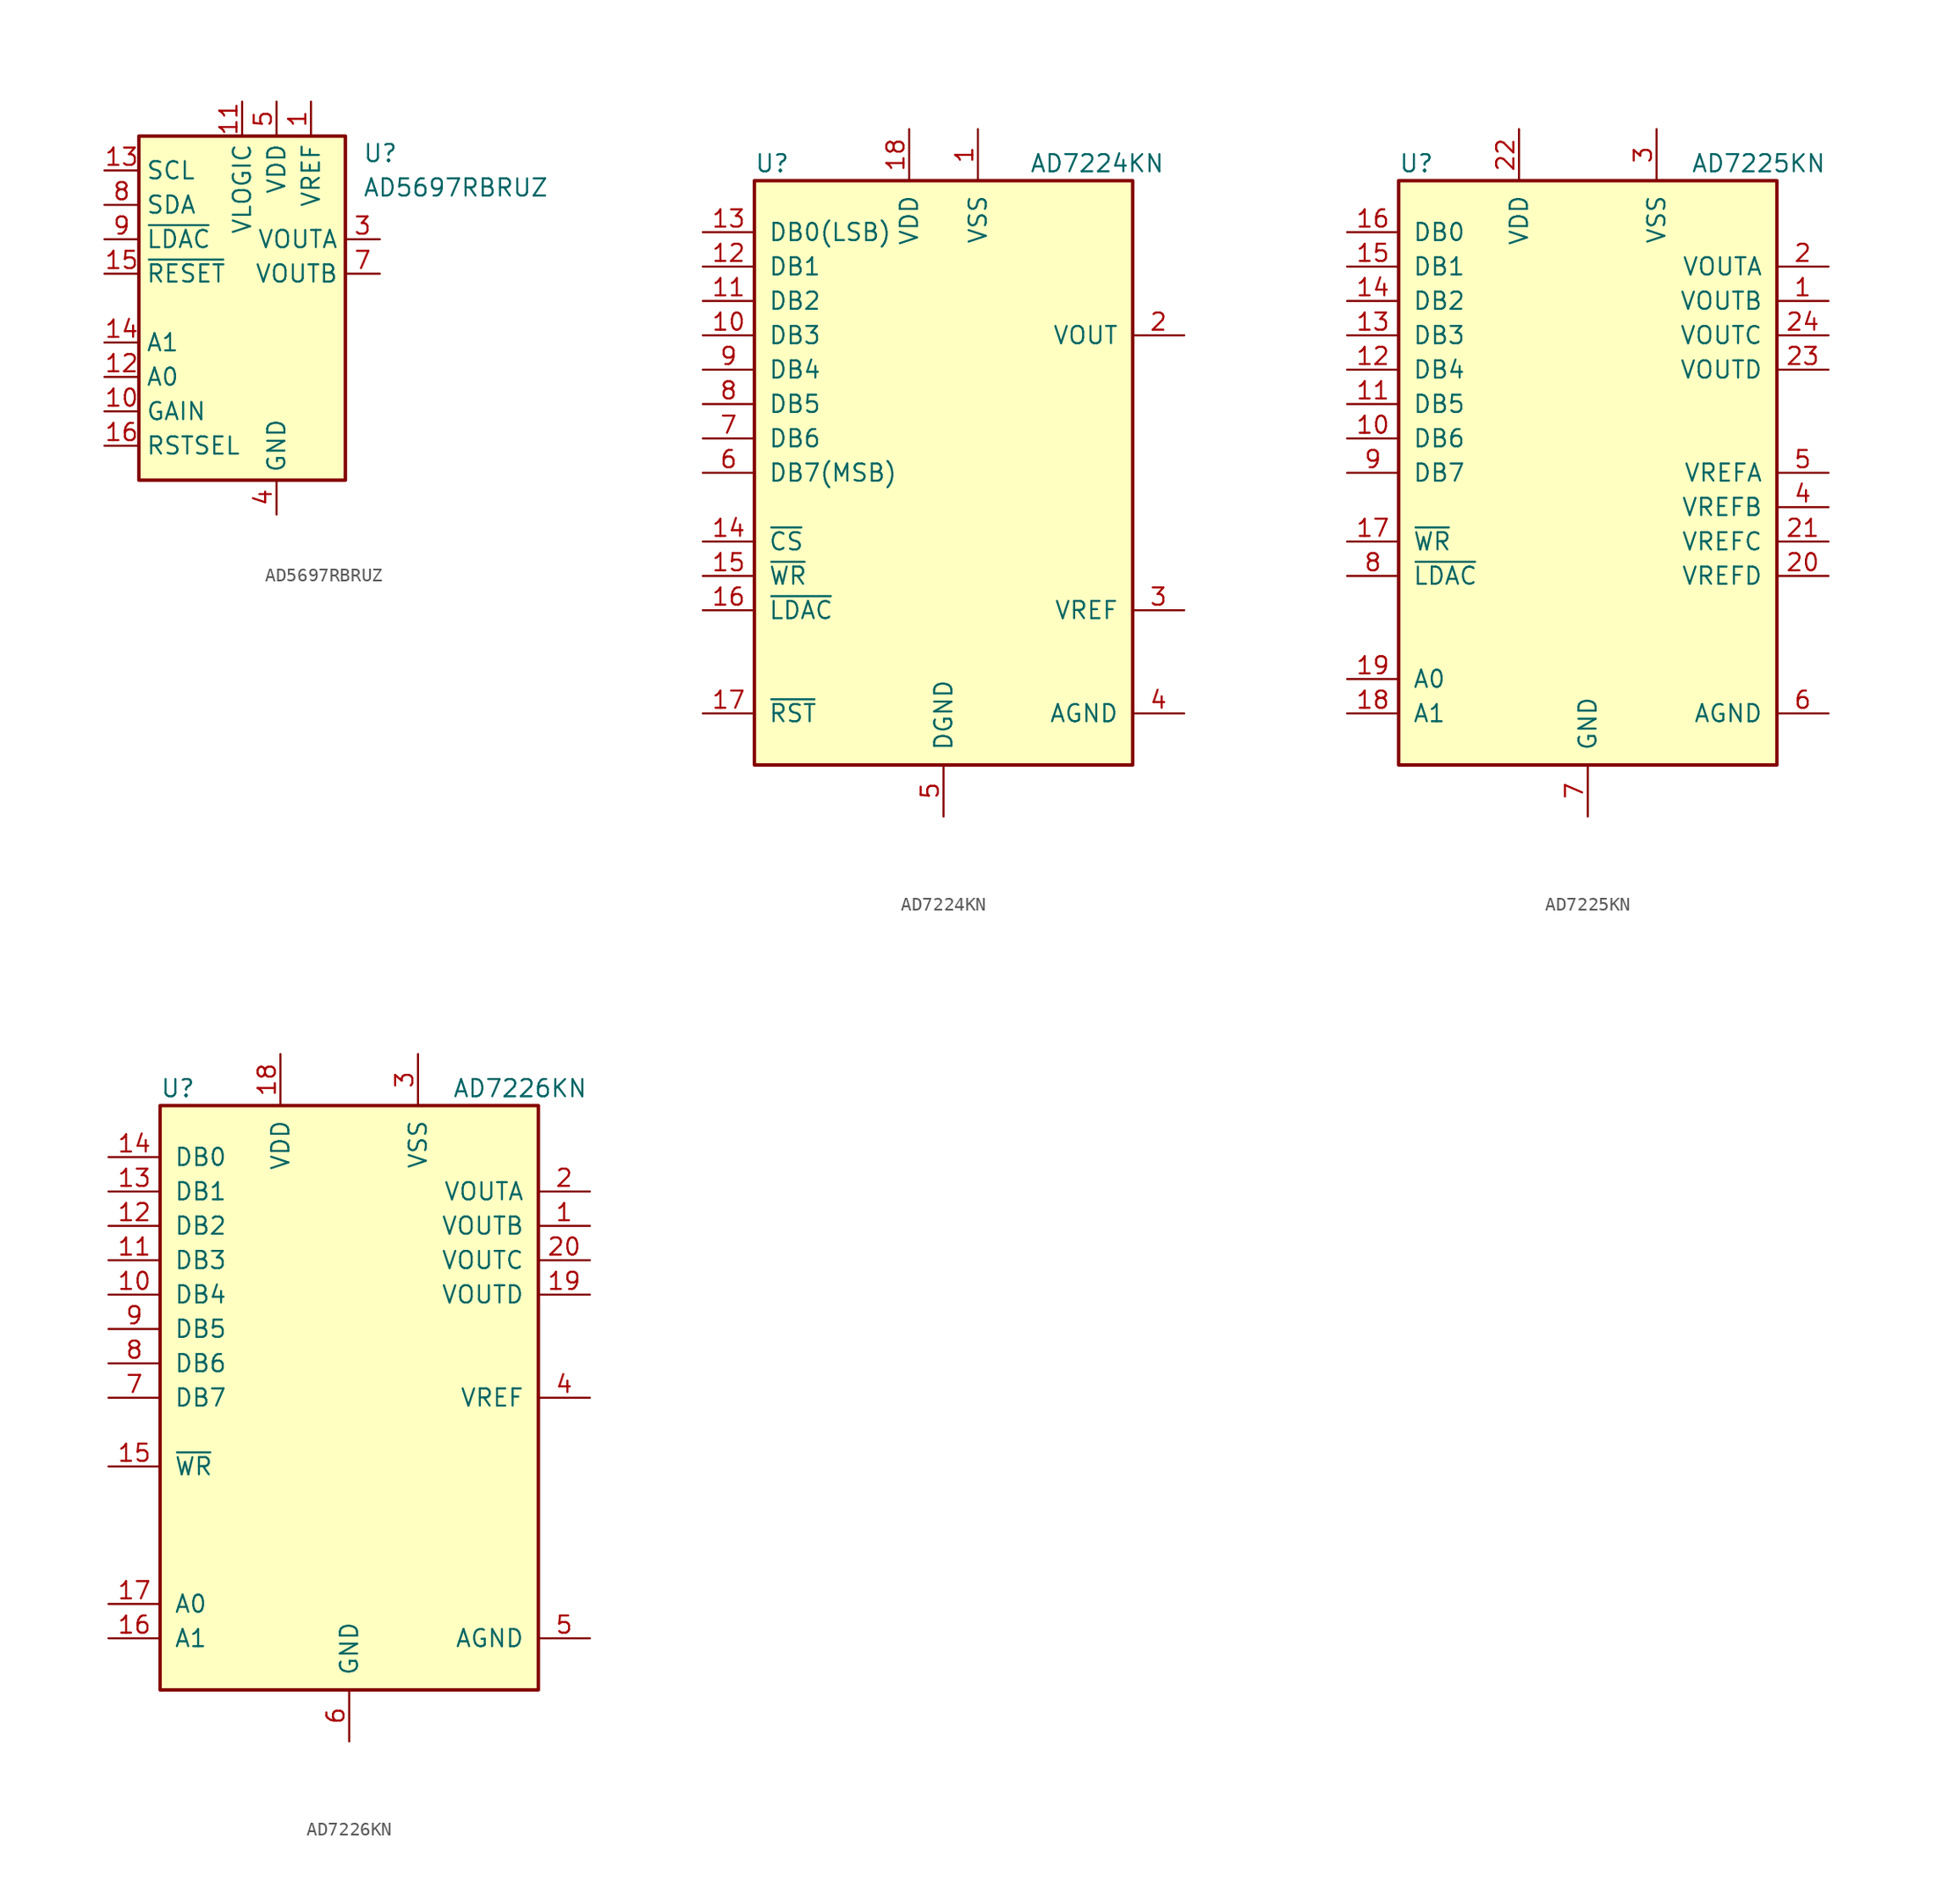
<source format=kicad_sym>
(kicad_symbol_lib
  (version 20200908)
  (generator kicad_symbol_editor)
  (symbol "Analog_DAC:AD5697RBRUZ"
    (property "Reference" "U"
      (at 8.89 11.43 0)
      (effects (font (size 1.27 1.27)) (justify left)))
    (property "Value" "AD5697RBRUZ"
      (at 8.89 8.89 0)
      (effects (font (size 1.27 1.27)) (justify left)))
    (symbol "AD5697RBRUZ_0_1"
      (rectangle (start -7.62 12.7) (end 7.62 -12.7) (stroke (width 0.254)) (fill (type background))))
    (symbol "AD5697RBRUZ_1_1"
      (pin power_in line (at 5.08 15.24 270) (length 2.54) (name "VREF" (effects (font (size 1.27 1.27)))) (number "1" (effects (font (size 1.27 1.27)))))
      (pin input line (at -10.16 -7.62 0) (length 2.54) (name "GAIN" (effects (font (size 1.27 1.27)))) (number "10" (effects (font (size 1.27 1.27)))))
      (pin power_in line (at 0 15.24 270) (length 2.54) (name "VLOGIC" (effects (font (size 1.27 1.27)))) (number "11" (effects (font (size 1.27 1.27)))))
      (pin input line (at -10.16 -5.08 0) (length 2.54) (name "A0" (effects (font (size 1.27 1.27)))) (number "12" (effects (font (size 1.27 1.27)))))
      (pin input line (at -10.16 10.16 0) (length 2.54) (name "SCL" (effects (font (size 1.27 1.27)))) (number "13" (effects (font (size 1.27 1.27)))))
      (pin input line (at -10.16 -2.54 0) (length 2.54) (name "A1" (effects (font (size 1.27 1.27)))) (number "14" (effects (font (size 1.27 1.27)))))
      (pin input line (at -10.16 2.54 0) (length 2.54) (name "~RESET" (effects (font (size 1.27 1.27)))) (number "15" (effects (font (size 1.27 1.27)))))
      (pin input line (at -10.16 -10.16 0) (length 2.54) (name "RSTSEL" (effects (font (size 1.27 1.27)))) (number "16" (effects (font (size 1.27 1.27)))))
      (pin unconnected line (at 7.62 -5.08 180) (length 2.54) hide (name "NC" (effects (font (size 1.27 1.27)))) (number "2" (effects (font (size 1.27 1.27)))))
      (pin output line (at 10.16 5.08 180) (length 2.54) (name "VOUTA" (effects (font (size 1.27 1.27)))) (number "3" (effects (font (size 1.27 1.27)))))
      (pin power_in line (at 2.54 -15.24 90) (length 2.54) (name "GND" (effects (font (size 1.27 1.27)))) (number "4" (effects (font (size 1.27 1.27)))))
      (pin power_in line (at 2.54 15.24 270) (length 2.54) (name "VDD" (effects (font (size 1.27 1.27)))) (number "5" (effects (font (size 1.27 1.27)))))
      (pin unconnected line (at 7.62 -7.62 180) (length 2.54) hide (name "NC" (effects (font (size 1.27 1.27)))) (number "6" (effects (font (size 1.27 1.27)))))
      (pin output line (at 10.16 2.54 180) (length 2.54) (name "VOUTB" (effects (font (size 1.27 1.27)))) (number "7" (effects (font (size 1.27 1.27)))))
      (pin bidirectional line (at -10.16 7.62 0) (length 2.54) (name "SDA" (effects (font (size 1.27 1.27)))) (number "8" (effects (font (size 1.27 1.27)))))
      (pin input line (at -10.16 5.08 0) (length 2.54) (name "~LDAC" (effects (font (size 1.27 1.27)))) (number "9" (effects (font (size 1.27 1.27)))))))
  (symbol "Analog_DAC:AD7224KN"
    (pin_names
      (offset 1.016))
    (property "Reference" "U"
      (at -13.97 22.86 0)
      (effects (font (size 1.27 1.27)) (justify left)))
    (property "Value" "AD7224KN"
      (at 6.35 22.86 0)
      (effects (font (size 1.27 1.27)) (justify left)))
    (symbol "AD7224KN_1_1"
      (rectangle (start -13.97 -21.59) (end 13.97 21.59) (stroke (width 0.254)) (fill (type background)))
      (pin power_in line (at 2.54 25.4 270) (length 3.81) (name "VSS" (effects (font (size 1.27 1.27)))) (number "1" (effects (font (size 1.27 1.27)))))
      (pin input line (at -17.78 10.16 0) (length 3.81) (name "DB3" (effects (font (size 1.27 1.27)))) (number "10" (effects (font (size 1.27 1.27)))))
      (pin input line (at -17.78 12.7 0) (length 3.81) (name "DB2" (effects (font (size 1.27 1.27)))) (number "11" (effects (font (size 1.27 1.27)))))
      (pin input line (at -17.78 15.24 0) (length 3.81) (name "DB1" (effects (font (size 1.27 1.27)))) (number "12" (effects (font (size 1.27 1.27)))))
      (pin input line (at -17.78 17.78 0) (length 3.81) (name "DB0(LSB)" (effects (font (size 1.27 1.27)))) (number "13" (effects (font (size 1.27 1.27)))))
      (pin input line (at -17.78 -5.08 0) (length 3.81) (name "~CS" (effects (font (size 1.27 1.27)))) (number "14" (effects (font (size 1.27 1.27)))))
      (pin input line (at -17.78 -7.62 0) (length 3.81) (name "~WR" (effects (font (size 1.27 1.27)))) (number "15" (effects (font (size 1.27 1.27)))))
      (pin input line (at -17.78 -10.16 0) (length 3.81) (name "~LDAC" (effects (font (size 1.27 1.27)))) (number "16" (effects (font (size 1.27 1.27)))))
      (pin input line (at -17.78 -17.78 0) (length 3.81) (name "~RST" (effects (font (size 1.27 1.27)))) (number "17" (effects (font (size 1.27 1.27)))))
      (pin power_in line (at -2.54 25.4 270) (length 3.81) (name "VDD" (effects (font (size 1.27 1.27)))) (number "18" (effects (font (size 1.27 1.27)))))
      (pin output line (at 17.78 10.16 180) (length 3.81) (name "VOUT" (effects (font (size 1.27 1.27)))) (number "2" (effects (font (size 1.27 1.27)))))
      (pin passive line (at 17.78 -10.16 180) (length 3.81) (name "VREF" (effects (font (size 1.27 1.27)))) (number "3" (effects (font (size 1.27 1.27)))))
      (pin passive line (at 17.78 -17.78 180) (length 3.81) (name "AGND" (effects (font (size 1.27 1.27)))) (number "4" (effects (font (size 1.27 1.27)))))
      (pin power_in line (at 0 -25.4 90) (length 3.81) (name "DGND" (effects (font (size 1.27 1.27)))) (number "5" (effects (font (size 1.27 1.27)))))
      (pin input line (at -17.78 0 0) (length 3.81) (name "DB7(MSB)" (effects (font (size 1.27 1.27)))) (number "6" (effects (font (size 1.27 1.27)))))
      (pin input line (at -17.78 2.54 0) (length 3.81) (name "DB6" (effects (font (size 1.27 1.27)))) (number "7" (effects (font (size 1.27 1.27)))))
      (pin input line (at -17.78 5.08 0) (length 3.81) (name "DB5" (effects (font (size 1.27 1.27)))) (number "8" (effects (font (size 1.27 1.27)))))
      (pin input line (at -17.78 7.62 0) (length 3.81) (name "DB4" (effects (font (size 1.27 1.27)))) (number "9" (effects (font (size 1.27 1.27)))))))
  (symbol "Analog_DAC:AD7225KN"
    (pin_names
      (offset 1.016))
    (property "Reference" "U"
      (at -13.97 22.86 0)
      (effects (font (size 1.27 1.27)) (justify left)))
    (property "Value" "AD7225KN"
      (at 7.62 22.86 0)
      (effects (font (size 1.27 1.27)) (justify left)))
    (symbol "AD7225KN_0_1"
      (rectangle (start -13.97 -21.59) (end 13.97 21.59) (stroke (width 0.254)) (fill (type background))))
    (symbol "AD7225KN_1_1"
      (pin output line (at 17.78 12.7 180) (length 3.81) (name "VOUTB" (effects (font (size 1.27 1.27)))) (number "1" (effects (font (size 1.27 1.27)))))
      (pin input line (at -17.78 2.54 0) (length 3.81) (name "DB6" (effects (font (size 1.27 1.27)))) (number "10" (effects (font (size 1.27 1.27)))))
      (pin input line (at -17.78 5.08 0) (length 3.81) (name "DB5" (effects (font (size 1.27 1.27)))) (number "11" (effects (font (size 1.27 1.27)))))
      (pin input line (at -17.78 7.62 0) (length 3.81) (name "DB4" (effects (font (size 1.27 1.27)))) (number "12" (effects (font (size 1.27 1.27)))))
      (pin input line (at -17.78 10.16 0) (length 3.81) (name "DB3" (effects (font (size 1.27 1.27)))) (number "13" (effects (font (size 1.27 1.27)))))
      (pin input line (at -17.78 12.7 0) (length 3.81) (name "DB2" (effects (font (size 1.27 1.27)))) (number "14" (effects (font (size 1.27 1.27)))))
      (pin input line (at -17.78 15.24 0) (length 3.81) (name "DB1" (effects (font (size 1.27 1.27)))) (number "15" (effects (font (size 1.27 1.27)))))
      (pin input line (at -17.78 17.78 0) (length 3.81) (name "DB0" (effects (font (size 1.27 1.27)))) (number "16" (effects (font (size 1.27 1.27)))))
      (pin input line (at -17.78 -5.08 0) (length 3.81) (name "~WR" (effects (font (size 1.27 1.27)))) (number "17" (effects (font (size 1.27 1.27)))))
      (pin input line (at -17.78 -17.78 0) (length 3.81) (name "A1" (effects (font (size 1.27 1.27)))) (number "18" (effects (font (size 1.27 1.27)))))
      (pin input line (at -17.78 -15.24 0) (length 3.81) (name "A0" (effects (font (size 1.27 1.27)))) (number "19" (effects (font (size 1.27 1.27)))))
      (pin output line (at 17.78 15.24 180) (length 3.81) (name "VOUTA" (effects (font (size 1.27 1.27)))) (number "2" (effects (font (size 1.27 1.27)))))
      (pin input line (at 17.78 -7.62 180) (length 3.81) (name "VREFD" (effects (font (size 1.27 1.27)))) (number "20" (effects (font (size 1.27 1.27)))))
      (pin input line (at 17.78 -5.08 180) (length 3.81) (name "VREFC" (effects (font (size 1.27 1.27)))) (number "21" (effects (font (size 1.27 1.27)))))
      (pin power_in line (at -5.08 25.4 270) (length 3.81) (name "VDD" (effects (font (size 1.27 1.27)))) (number "22" (effects (font (size 1.27 1.27)))))
      (pin output line (at 17.78 7.62 180) (length 3.81) (name "VOUTD" (effects (font (size 1.27 1.27)))) (number "23" (effects (font (size 1.27 1.27)))))
      (pin output line (at 17.78 10.16 180) (length 3.81) (name "VOUTC" (effects (font (size 1.27 1.27)))) (number "24" (effects (font (size 1.27 1.27)))))
      (pin power_in line (at 5.08 25.4 270) (length 3.81) (name "VSS" (effects (font (size 1.27 1.27)))) (number "3" (effects (font (size 1.27 1.27)))))
      (pin input line (at 17.78 -2.54 180) (length 3.81) (name "VREFB" (effects (font (size 1.27 1.27)))) (number "4" (effects (font (size 1.27 1.27)))))
      (pin input line (at 17.78 0 180) (length 3.81) (name "VREFA" (effects (font (size 1.27 1.27)))) (number "5" (effects (font (size 1.27 1.27)))))
      (pin input line (at 17.78 -17.78 180) (length 3.81) (name "AGND" (effects (font (size 1.27 1.27)))) (number "6" (effects (font (size 1.27 1.27)))))
      (pin power_in line (at 0 -25.4 90) (length 3.81) (name "GND" (effects (font (size 1.27 1.27)))) (number "7" (effects (font (size 1.27 1.27)))))
      (pin input line (at -17.78 -7.62 0) (length 3.81) (name "~LDAC" (effects (font (size 1.27 1.27)))) (number "8" (effects (font (size 1.27 1.27)))))
      (pin input line (at -17.78 0 0) (length 3.81) (name "DB7" (effects (font (size 1.27 1.27)))) (number "9" (effects (font (size 1.27 1.27)))))))
  (symbol "Analog_DAC:AD7226KN"
    (pin_names
      (offset 1.016))
    (property "Reference" "U"
      (at -13.97 22.86 0)
      (effects (font (size 1.27 1.27)) (justify left)))
    (property "Value" "AD7226KN"
      (at 7.62 22.86 0)
      (effects (font (size 1.27 1.27)) (justify left)))
    (symbol "AD7226KN_0_1"
      (rectangle (start -13.97 -21.59) (end 13.97 21.59) (stroke (width 0.254)) (fill (type background))))
    (symbol "AD7226KN_1_1"
      (pin output line (at 17.78 12.7 180) (length 3.81) (name "VOUTB" (effects (font (size 1.27 1.27)))) (number "1" (effects (font (size 1.27 1.27)))))
      (pin input line (at -17.78 7.62 0) (length 3.81) (name "DB4" (effects (font (size 1.27 1.27)))) (number "10" (effects (font (size 1.27 1.27)))))
      (pin input line (at -17.78 10.16 0) (length 3.81) (name "DB3" (effects (font (size 1.27 1.27)))) (number "11" (effects (font (size 1.27 1.27)))))
      (pin input line (at -17.78 12.7 0) (length 3.81) (name "DB2" (effects (font (size 1.27 1.27)))) (number "12" (effects (font (size 1.27 1.27)))))
      (pin input line (at -17.78 15.24 0) (length 3.81) (name "DB1" (effects (font (size 1.27 1.27)))) (number "13" (effects (font (size 1.27 1.27)))))
      (pin input line (at -17.78 17.78 0) (length 3.81) (name "DB0" (effects (font (size 1.27 1.27)))) (number "14" (effects (font (size 1.27 1.27)))))
      (pin input line (at -17.78 -5.08 0) (length 3.81) (name "~WR" (effects (font (size 1.27 1.27)))) (number "15" (effects (font (size 1.27 1.27)))))
      (pin input line (at -17.78 -17.78 0) (length 3.81) (name "A1" (effects (font (size 1.27 1.27)))) (number "16" (effects (font (size 1.27 1.27)))))
      (pin input line (at -17.78 -15.24 0) (length 3.81) (name "A0" (effects (font (size 1.27 1.27)))) (number "17" (effects (font (size 1.27 1.27)))))
      (pin power_in line (at -5.08 25.4 270) (length 3.81) (name "VDD" (effects (font (size 1.27 1.27)))) (number "18" (effects (font (size 1.27 1.27)))))
      (pin output line (at 17.78 7.62 180) (length 3.81) (name "VOUTD" (effects (font (size 1.27 1.27)))) (number "19" (effects (font (size 1.27 1.27)))))
      (pin output line (at 17.78 15.24 180) (length 3.81) (name "VOUTA" (effects (font (size 1.27 1.27)))) (number "2" (effects (font (size 1.27 1.27)))))
      (pin output line (at 17.78 10.16 180) (length 3.81) (name "VOUTC" (effects (font (size 1.27 1.27)))) (number "20" (effects (font (size 1.27 1.27)))))
      (pin power_in line (at 5.08 25.4 270) (length 3.81) (name "VSS" (effects (font (size 1.27 1.27)))) (number "3" (effects (font (size 1.27 1.27)))))
      (pin input line (at 17.78 0 180) (length 3.81) (name "VREF" (effects (font (size 1.27 1.27)))) (number "4" (effects (font (size 1.27 1.27)))))
      (pin input line (at 17.78 -17.78 180) (length 3.81) (name "AGND" (effects (font (size 1.27 1.27)))) (number "5" (effects (font (size 1.27 1.27)))))
      (pin power_in line (at 0 -25.4 90) (length 3.81) (name "GND" (effects (font (size 1.27 1.27)))) (number "6" (effects (font (size 1.27 1.27)))))
      (pin input line (at -17.78 0 0) (length 3.81) (name "DB7" (effects (font (size 1.27 1.27)))) (number "7" (effects (font (size 1.27 1.27)))))
      (pin input line (at -17.78 2.54 0) (length 3.81) (name "DB6" (effects (font (size 1.27 1.27)))) (number "8" (effects (font (size 1.27 1.27)))))
      (pin input line (at -17.78 5.08 0) (length 3.81) (name "DB5" (effects (font (size 1.27 1.27)))) (number "9" (effects (font (size 1.27 1.27))))))))
</source>
